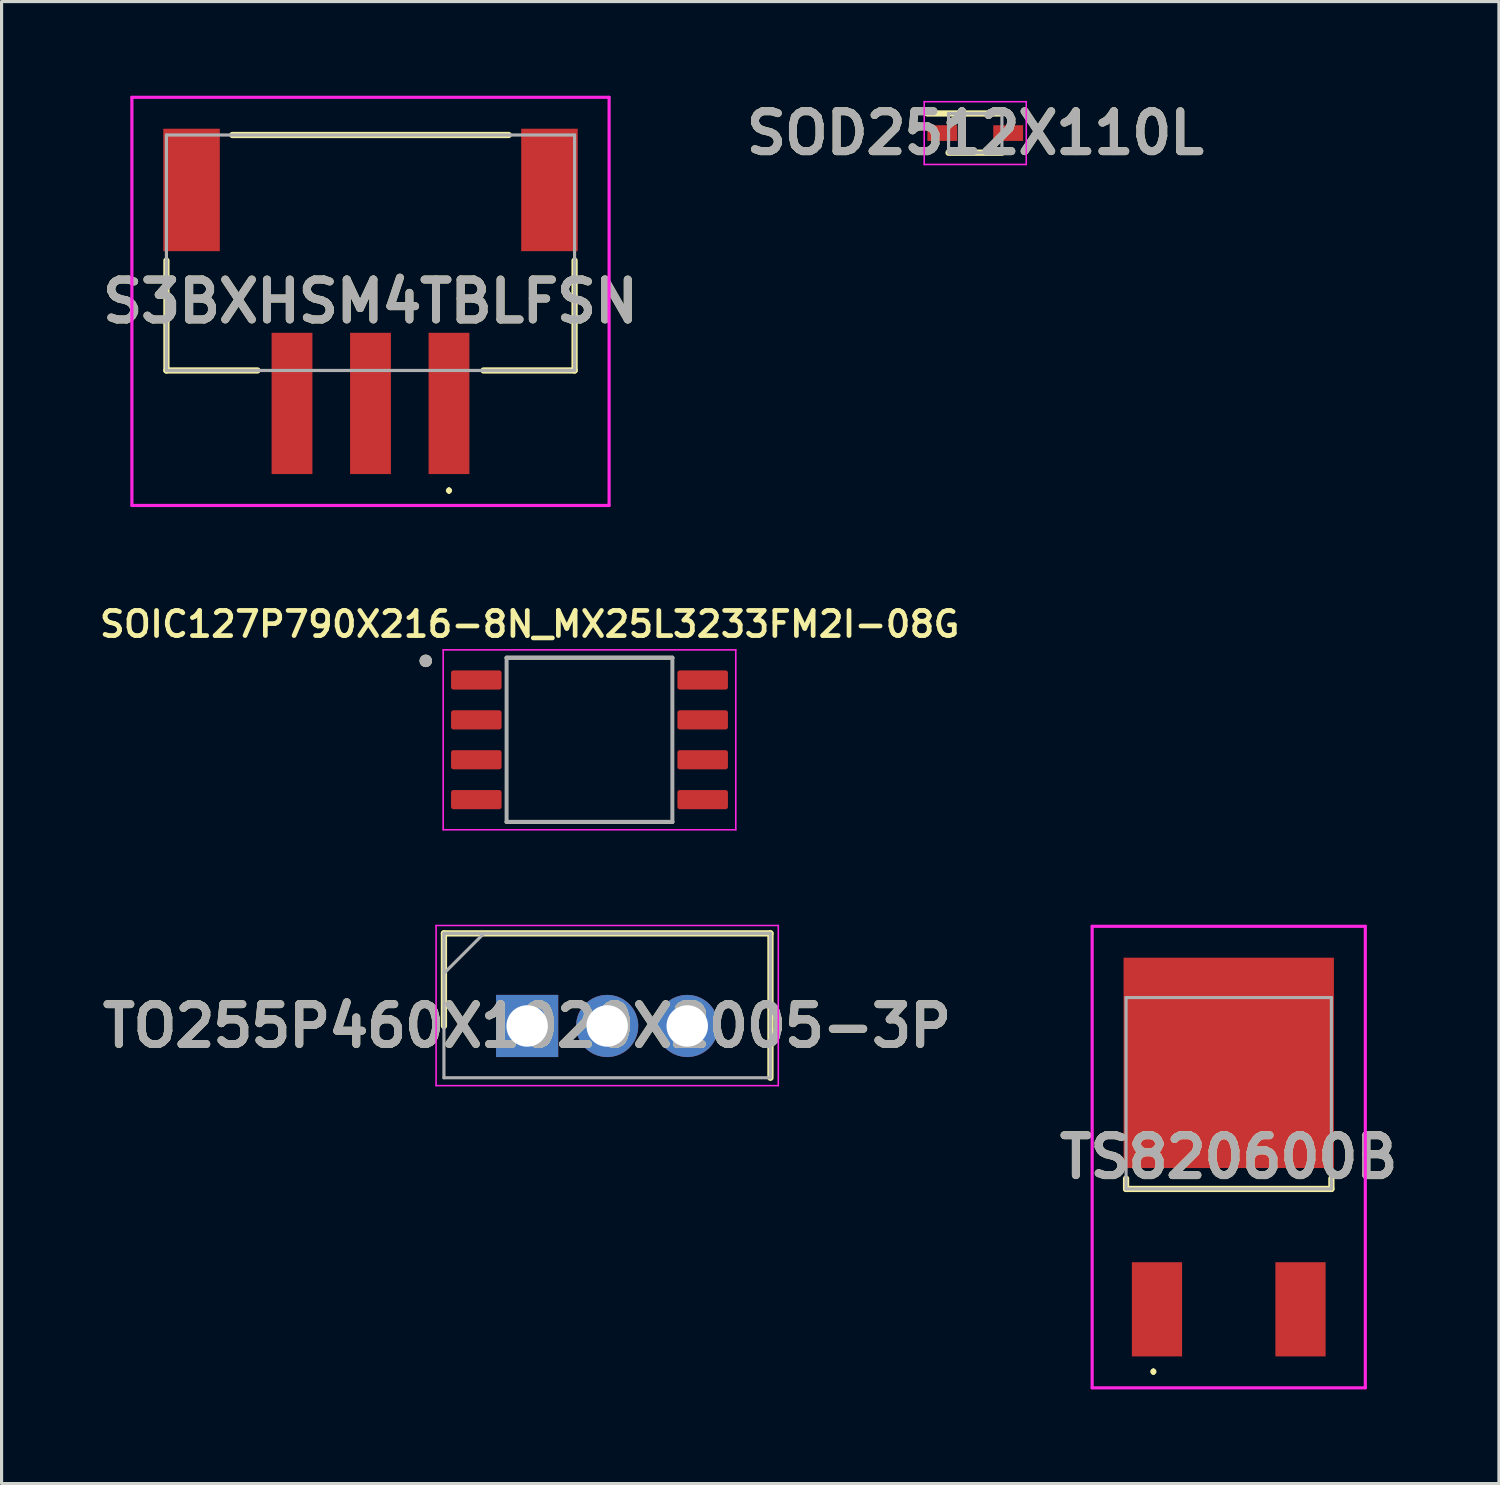
<source format=kicad_pcb>
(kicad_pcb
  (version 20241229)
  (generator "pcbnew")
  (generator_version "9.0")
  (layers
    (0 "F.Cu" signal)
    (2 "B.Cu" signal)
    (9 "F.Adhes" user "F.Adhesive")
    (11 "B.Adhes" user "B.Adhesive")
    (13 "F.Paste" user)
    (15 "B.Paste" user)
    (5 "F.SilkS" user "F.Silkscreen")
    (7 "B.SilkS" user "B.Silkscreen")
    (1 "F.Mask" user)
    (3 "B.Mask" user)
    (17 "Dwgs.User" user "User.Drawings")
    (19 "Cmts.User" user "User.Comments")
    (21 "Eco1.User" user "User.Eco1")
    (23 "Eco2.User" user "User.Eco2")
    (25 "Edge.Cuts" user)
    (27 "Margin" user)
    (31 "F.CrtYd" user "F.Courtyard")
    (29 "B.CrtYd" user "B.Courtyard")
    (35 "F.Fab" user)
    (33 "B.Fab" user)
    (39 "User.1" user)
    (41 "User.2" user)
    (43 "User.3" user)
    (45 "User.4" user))
  (footprint "TO255P460X1020X2005-3P"
    (layer "F.Cu")
    (at 13.74 29.629)
    (property "Reference" "TO255P460X1020X2005-3P" (at 0 0 0) (layer "F.SilkS") (effects (font (size 1.27 1.27) (thickness 0.254))))
    (attr through_hole)
    (fp_line (start -2.65 -2.95) (end -2.65 0) (stroke (width 0.2) (type solid)) (layer "F.SilkS"))
    (fp_line (start 7.75 -2.95) (end -2.65 -2.95) (stroke (width 0.2) (type solid)) (layer "F.SilkS"))
    (fp_line (start 7.75 1.65) (end 7.75 -2.95) (stroke (width 0.2) (type solid)) (layer "F.SilkS"))
    (fp_line (start -2.9 -3.2) (end 8 -3.2) (stroke (width 0.05) (type solid)) (layer "F.CrtYd"))
    (fp_line (start -2.9 1.9) (end -2.9 -3.2) (stroke (width 0.05) (type solid)) (layer "F.CrtYd"))
    (fp_line (start 8 -3.2) (end 8 1.9) (stroke (width 0.05) (type solid)) (layer "F.CrtYd"))
    (fp_line (start 8 1.9) (end -2.9 1.9) (stroke (width 0.05) (type solid)) (layer "F.CrtYd"))
    (fp_line (start -2.65 -2.95) (end 7.75 -2.95) (stroke (width 0.1) (type solid)) (layer "F.Fab"))
    (fp_line (start -2.65 -1.675) (end -1.375 -2.95) (stroke (width 0.1) (type solid)) (layer "F.Fab"))
    (fp_line (start -2.65 1.65) (end -2.65 -2.95) (stroke (width 0.1) (type solid)) (layer "F.Fab"))
    (fp_line (start 7.75 -2.95) (end 7.75 1.65) (stroke (width 0.1) (type solid)) (layer "F.Fab"))
    (fp_line (start 7.75 1.65) (end -2.65 1.65) (stroke (width 0.1) (type solid)) (layer "F.Fab"))
    (fp_text user "${REFERENCE}" (at 0 0 0) (layer "F.Fab") (effects (font (size 1.27 1.27) (thickness 0.254))))
    (pad "1" thru_hole rect (at 0 0) (size 1.98 1.98) (drill 1.32) (layers "*.Cu" "*.Mask"))
    (pad "2" thru_hole circle (at 2.55 0) (size 1.98 1.98) (drill 1.32) (layers "*.Cu" "*.Mask"))
    (pad "3" thru_hole circle (at 5.1 0) (size 1.98 1.98) (drill 1.32) (layers "*.Cu" "*.Mask")))
  (footprint "SOD2512X110L"
    (layer "F.Cu")
    (at 28.013 1.189)
    (property "Reference" "SOD2512X110L" (at 0 0 0) (layer "F.SilkS") (effects (font (size 1.27 1.27) (thickness 0.254))))
    (attr smd)
    (fp_line (start -1.525 -0.625) (end 0.85 -0.625) (stroke (width 0.2) (type solid)) (layer "F.SilkS"))
    (fp_line (start -0.85 0.625) (end 0.85 0.625) (stroke (width 0.2) (type solid)) (layer "F.SilkS"))
    (fp_line (start -1.625 -1) (end 1.625 -1) (stroke (width 0.05) (type solid)) (layer "F.CrtYd"))
    (fp_line (start -1.625 1) (end -1.625 -1) (stroke (width 0.05) (type solid)) (layer "F.CrtYd"))
    (fp_line (start 1.625 -1) (end 1.625 1) (stroke (width 0.05) (type solid)) (layer "F.CrtYd"))
    (fp_line (start 1.625 1) (end -1.625 1) (stroke (width 0.05) (type solid)) (layer "F.CrtYd"))
    (fp_line (start -0.85 -0.625) (end 0.85 -0.625) (stroke (width 0.1) (type solid)) (layer "F.Fab"))
    (fp_line (start -0.85 -0.15) (end -0.375 -0.625) (stroke (width 0.1) (type solid)) (layer "F.Fab"))
    (fp_line (start -0.85 0.625) (end -0.85 -0.625) (stroke (width 0.1) (type solid)) (layer "F.Fab"))
    (fp_line (start 0.85 -0.625) (end 0.85 0.625) (stroke (width 0.1) (type solid)) (layer "F.Fab"))
    (fp_line (start 0.85 0.625) (end -0.85 0.625) (stroke (width 0.1) (type solid)) (layer "F.Fab"))
    (fp_text user "${REFERENCE}" (at 0 0 0) (layer "F.Fab") (effects (font (size 1.27 1.27) (thickness 0.254))))
    (pad "1" smd rect (at -1.05 0 90) (size 0.5 0.95) (layers "F.Cu" "F.Mask" "F.Paste"))
    (pad "2" smd rect (at 1.05 0 90) (size 0.5 0.95) (layers "F.Cu" "F.Mask" "F.Paste")))
  (footprint "SOIC127P790X216-8N_MX25L3233FM2I-08G"
    (layer "F.Cu")
    (at 15.726 20.514)
    (property "Reference" "SOIC127P790X216-8N_MX25L3233FM2I-08G" (at -1.905 -3.683 0) (layer "F.SilkS") (effects (font (size 0.8 0.8) (thickness 0.15))))
    (attr smd)
    (fp_line (start -2.64 -2.615) (end 2.64 -2.615) (stroke (width 0.127) (type solid)) (layer "F.SilkS"))
    (fp_line (start -2.64 2.615) (end 2.64 2.615) (stroke (width 0.127) (type solid)) (layer "F.SilkS"))
    (fp_circle (center -5.215 -2.515) (end -5.115 -2.515) (stroke (width 0.2) (type solid)) (fill no) (layer "F.SilkS"))
    (fp_line (start -4.66 -2.865) (end -4.66 2.865) (stroke (width 0.05) (type solid)) (layer "F.CrtYd"))
    (fp_line (start -4.66 -2.865) (end 4.66 -2.865) (stroke (width 0.05) (type solid)) (layer "F.CrtYd"))
    (fp_line (start -4.66 2.865) (end 4.66 2.865) (stroke (width 0.05) (type solid)) (layer "F.CrtYd"))
    (fp_line (start 4.66 -2.865) (end 4.66 2.865) (stroke (width 0.05) (type solid)) (layer "F.CrtYd"))
    (fp_line (start -2.64 -2.615) (end -2.64 2.615) (stroke (width 0.127) (type solid)) (layer "F.Fab"))
    (fp_line (start -2.64 -2.615) (end 2.64 -2.615) (stroke (width 0.127) (type solid)) (layer "F.Fab"))
    (fp_line (start -2.64 2.615) (end 2.64 2.615) (stroke (width 0.127) (type solid)) (layer "F.Fab"))
    (fp_line (start 2.64 -2.615) (end 2.64 2.615) (stroke (width 0.127) (type solid)) (layer "F.Fab"))
    (fp_circle (center -5.215 -2.515) (end -5.115 -2.515) (stroke (width 0.2) (type solid)) (fill no) (layer "F.Fab"))
    (pad "1" smd roundrect (at -3.605 -1.905) (size 1.61 0.61) (layers "F.Cu" "F.Mask" "F.Paste") (roundrect_rratio 0.125))
    (pad "2" smd roundrect (at -3.605 -0.635) (size 1.61 0.61) (layers "F.Cu" "F.Mask" "F.Paste") (roundrect_rratio 0.125))
    (pad "3" smd roundrect (at -3.605 0.635) (size 1.61 0.61) (layers "F.Cu" "F.Mask" "F.Paste") (roundrect_rratio 0.125))
    (pad "4" smd roundrect (at -3.605 1.905) (size 1.61 0.61) (layers "F.Cu" "F.Mask" "F.Paste") (roundrect_rratio 0.125))
    (pad "5" smd roundrect (at 3.605 1.905) (size 1.61 0.61) (layers "F.Cu" "F.Mask" "F.Paste") (roundrect_rratio 0.125))
    (pad "6" smd roundrect (at 3.605 0.635) (size 1.61 0.61) (layers "F.Cu" "F.Mask" "F.Paste") (roundrect_rratio 0.125))
    (pad "7" smd roundrect (at 3.605 -0.635) (size 1.61 0.61) (layers "F.Cu" "F.Mask" "F.Paste") (roundrect_rratio 0.125))
    (pad "8" smd roundrect (at 3.605 -1.905) (size 1.61 0.61) (layers "F.Cu" "F.Mask" "F.Paste") (roundrect_rratio 0.125)))
  (footprint "S3BXHSM4TBLFSN"
    (layer "F.Cu")
    (at 8.751 5.525)
    (property "Reference" "S3BXHSM4TBLFSN" (at 0 1.025 0) (layer "F.SilkS") (effects (font (size 1.27 1.27) (thickness 0.254))))
    (attr smd)
    (fp_line (start -6.5 -0.275) (end -6.5 3.225) (stroke (width 0.2) (type solid)) (layer "F.SilkS"))
    (fp_line (start -6.5 3.225) (end -3.6 3.225) (stroke (width 0.2) (type solid)) (layer "F.SilkS"))
    (fp_line (start 2.5 7) (end 2.5 7) (stroke (width 0.1) (type solid)) (layer "F.SilkS"))
    (fp_line (start 2.5 7.1) (end 2.5 7.1) (stroke (width 0.1) (type solid)) (layer "F.SilkS"))
    (fp_line (start 3.6 3.225) (end 6.5 3.225) (stroke (width 0.2) (type solid)) (layer "F.SilkS"))
    (fp_line (start 4.4 -4.275) (end -4.4 -4.275) (stroke (width 0.2) (type solid)) (layer "F.SilkS"))
    (fp_line (start 6.5 3.225) (end 6.5 -0.275) (stroke (width 0.2) (type solid)) (layer "F.SilkS"))
    (fp_arc (start 2.5 7) (mid 2.55 7.05) (end 2.5 7.1) (stroke (width 0.1) (type solid)) (layer "F.SilkS"))
    (fp_arc (start 2.5 7.1) (mid 2.45 7.05) (end 2.5 7) (stroke (width 0.1) (type solid)) (layer "F.SilkS"))
    (fp_line (start -7.6 -5.475) (end 7.6 -5.475) (stroke (width 0.1) (type solid)) (layer "F.CrtYd"))
    (fp_line (start -7.6 7.525) (end -7.6 -5.475) (stroke (width 0.1) (type solid)) (layer "F.CrtYd"))
    (fp_line (start 7.6 -5.475) (end 7.6 7.525) (stroke (width 0.1) (type solid)) (layer "F.CrtYd"))
    (fp_line (start 7.6 7.525) (end -7.6 7.525) (stroke (width 0.1) (type solid)) (layer "F.CrtYd"))
    (fp_line (start -6.5 -4.275) (end 6.5 -4.275) (stroke (width 0.1) (type solid)) (layer "F.Fab"))
    (fp_line (start -6.5 3.225) (end -6.5 -4.275) (stroke (width 0.1) (type solid)) (layer "F.Fab"))
    (fp_line (start 6.5 -4.275) (end 6.5 3.225) (stroke (width 0.1) (type solid)) (layer "F.Fab"))
    (fp_line (start 6.5 3.225) (end -6.5 3.225) (stroke (width 0.1) (type solid)) (layer "F.Fab"))
    (fp_text user "${REFERENCE}" (at 0 1.025 0) (layer "F.Fab") (effects (font (size 1.27 1.27) (thickness 0.254))))
    (pad "1" smd rect (at 2.5 4.275) (size 1.3 4.5) (layers "F.Cu" "F.Mask" "F.Paste"))
    (pad "2" smd rect (at 0 4.275) (size 1.3 4.5) (layers "F.Cu" "F.Mask" "F.Paste"))
    (pad "3" smd rect (at -2.5 4.275) (size 1.3 4.5) (layers "F.Cu" "F.Mask" "F.Paste"))
    (pad "MP1" smd rect (at 5.7 -2.525) (size 1.8 3.9) (layers "F.Cu" "F.Mask" "F.Paste"))
    (pad "MP2" smd rect (at -5.7 -2.525) (size 1.8 3.9) (layers "F.Cu" "F.Mask" "F.Paste")))
  (footprint "TS820600B"
    (layer "F.Cu")
    (at 36.087 33.689)
    (property "Reference" "TS820600B" (at 0 0.115 0) (layer "F.SilkS") (effects (font (size 1.27 1.27) (thickness 0.254))))
    (attr smd)
    (fp_line (start -3.27 0.8) (end -3.27 1.13) (stroke (width 0.2) (type solid)) (layer "F.SilkS"))
    (fp_line (start -3.27 1.13) (end 3.27 1.13) (stroke (width 0.2) (type solid)) (layer "F.SilkS"))
    (fp_line (start -2.4 6.9) (end -2.4 6.9) (stroke (width 0.1) (type solid)) (layer "F.SilkS"))
    (fp_line (start -2.4 7) (end -2.4 7) (stroke (width 0.1) (type solid)) (layer "F.SilkS"))
    (fp_line (start 3.27 1.13) (end 3.27 0.8) (stroke (width 0.2) (type solid)) (layer "F.SilkS"))
    (fp_arc (start -2.4 6.9) (mid -2.35 6.95) (end -2.4 7) (stroke (width 0.1) (type solid)) (layer "F.SilkS"))
    (fp_arc (start -2.4 7) (mid -2.45 6.95) (end -2.4 6.9) (stroke (width 0.1) (type solid)) (layer "F.SilkS"))
    (fp_line (start -4.35 -7.235) (end 4.35 -7.235) (stroke (width 0.1) (type solid)) (layer "F.CrtYd"))
    (fp_line (start -4.35 7.465) (end -4.35 -7.235) (stroke (width 0.1) (type solid)) (layer "F.CrtYd"))
    (fp_line (start 4.35 -7.235) (end 4.35 7.465) (stroke (width 0.1) (type solid)) (layer "F.CrtYd"))
    (fp_line (start 4.35 7.465) (end -4.35 7.465) (stroke (width 0.1) (type solid)) (layer "F.CrtYd"))
    (fp_line (start -3.27 -4.965) (end 3.27 -4.965) (stroke (width 0.1) (type solid)) (layer "F.Fab"))
    (fp_line (start -3.27 1.13) (end -3.27 -4.965) (stroke (width 0.1) (type solid)) (layer "F.Fab"))
    (fp_line (start 3.27 -4.965) (end 3.27 1.13) (stroke (width 0.1) (type solid)) (layer "F.Fab"))
    (fp_line (start 3.27 1.13) (end -3.27 1.13) (stroke (width 0.1) (type solid)) (layer "F.Fab"))
    (fp_text user "${REFERENCE}" (at 0 0.115 0) (layer "F.Fab") (effects (font (size 1.27 1.27) (thickness 0.254))))
    (pad "1" smd rect (at -2.286 4.965) (size 1.6 3) (layers "F.Cu" "F.Mask" "F.Paste"))
    (pad "2" smd rect (at 0 -2.885 90) (size 6.7 6.7) (layers "F.Cu" "F.Mask" "F.Paste"))
    (pad "3" smd rect (at 2.286 4.965) (size 1.6 3) (layers "F.Cu" "F.Mask" "F.Paste")))
  (gr_rect
    (start -3 -3)
    (end 44.693 44.204)
    (stroke (width 0.1) (type default))
    (fill no)
    (layer "Edge.Cuts")))
</source>
